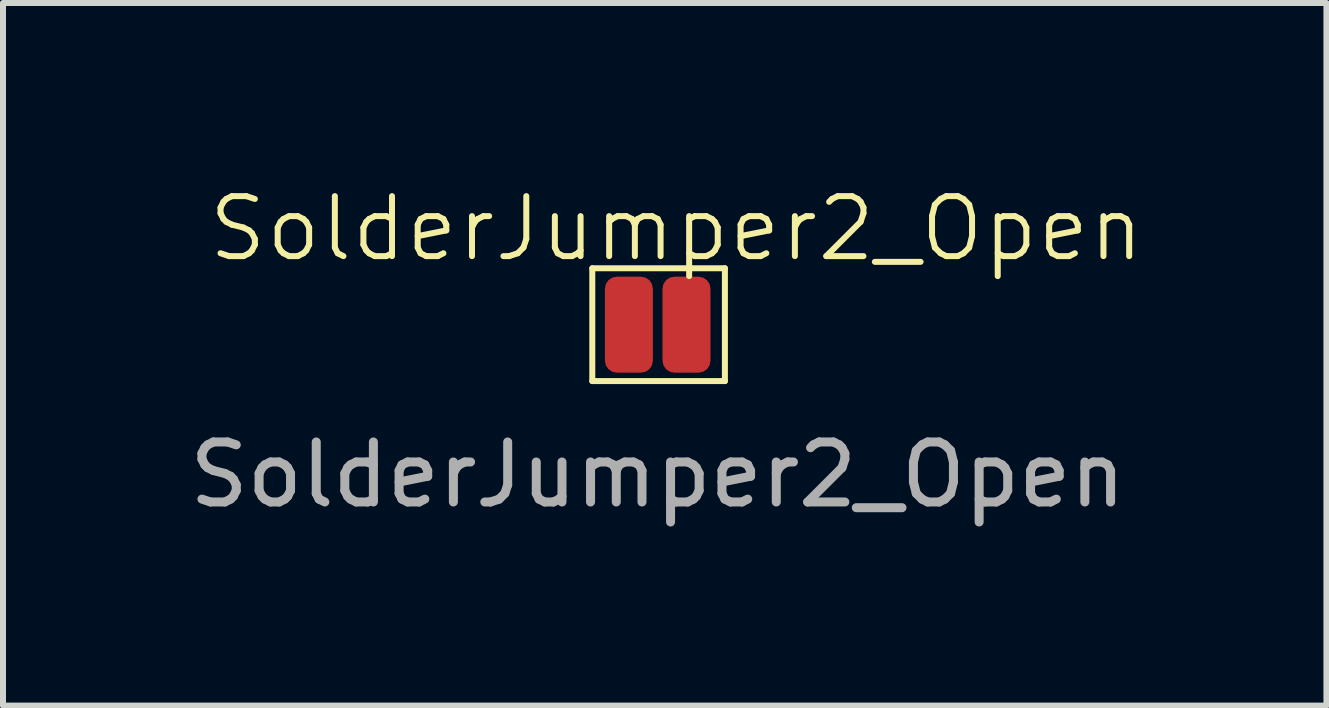
<source format=kicad_pcb>
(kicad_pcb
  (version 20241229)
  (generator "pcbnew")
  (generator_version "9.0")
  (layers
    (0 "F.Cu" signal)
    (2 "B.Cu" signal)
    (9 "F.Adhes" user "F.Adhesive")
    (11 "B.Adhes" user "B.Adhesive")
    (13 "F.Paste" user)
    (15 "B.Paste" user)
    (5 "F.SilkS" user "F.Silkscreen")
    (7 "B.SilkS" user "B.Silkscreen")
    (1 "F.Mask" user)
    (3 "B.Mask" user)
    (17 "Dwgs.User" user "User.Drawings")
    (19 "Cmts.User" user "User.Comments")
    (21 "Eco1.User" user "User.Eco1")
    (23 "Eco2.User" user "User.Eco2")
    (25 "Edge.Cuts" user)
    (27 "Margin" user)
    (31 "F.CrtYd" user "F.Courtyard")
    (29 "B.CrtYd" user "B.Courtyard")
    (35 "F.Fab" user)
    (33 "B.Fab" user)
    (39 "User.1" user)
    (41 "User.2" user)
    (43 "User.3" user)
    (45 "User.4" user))
  (footprint "SolderJumper2_Open"
    (layer "F.Cu")
    (at 7.911 2.361)
    (property "Reference" "SolderJumper2_Open" (at 0.31 -1.6 0) (unlocked yes) (layer "F.SilkS") (effects (font (size 1 1) (thickness 0.1))))
    (attr smd)
    (fp_line (start -1.09 -0.94) (end -1.09 0.94) (stroke (width 0.1) (type default)) (layer "F.SilkS"))
    (fp_line (start -1.09 -0.94) (end 1.12 -0.94) (stroke (width 0.1) (type default)) (layer "F.SilkS"))
    (fp_line (start 1.12 -0.94) (end 1.12 0.94) (stroke (width 0.1) (type default)) (layer "F.SilkS"))
    (fp_line (start 1.12 0.94) (end -1.09 0.94) (stroke (width 0.1) (type default)) (layer "F.SilkS"))
    (fp_text user "${REFERENCE}" (at 0 2.5 0) (unlocked yes) (layer "F.Fab") (effects (font (size 1 1) (thickness 0.15))))
    (pad "1" smd roundrect (at -0.48 0 90) (size 1.6 0.8) (layers "F.Cu" "F.Mask" "F.Paste") (roundrect_rratio 0.25))
    (pad "2" smd roundrect (at 0.48 0 90) (size 1.6 0.8) (layers "F.Cu" "F.Mask" "F.Paste") (roundrect_rratio 0.25)))
  (gr_rect
    (start -3 -3)
    (end 19.056 8.709)
    (stroke (width 0.1) (type default))
    (fill no)
    (layer "Edge.Cuts")))
</source>
